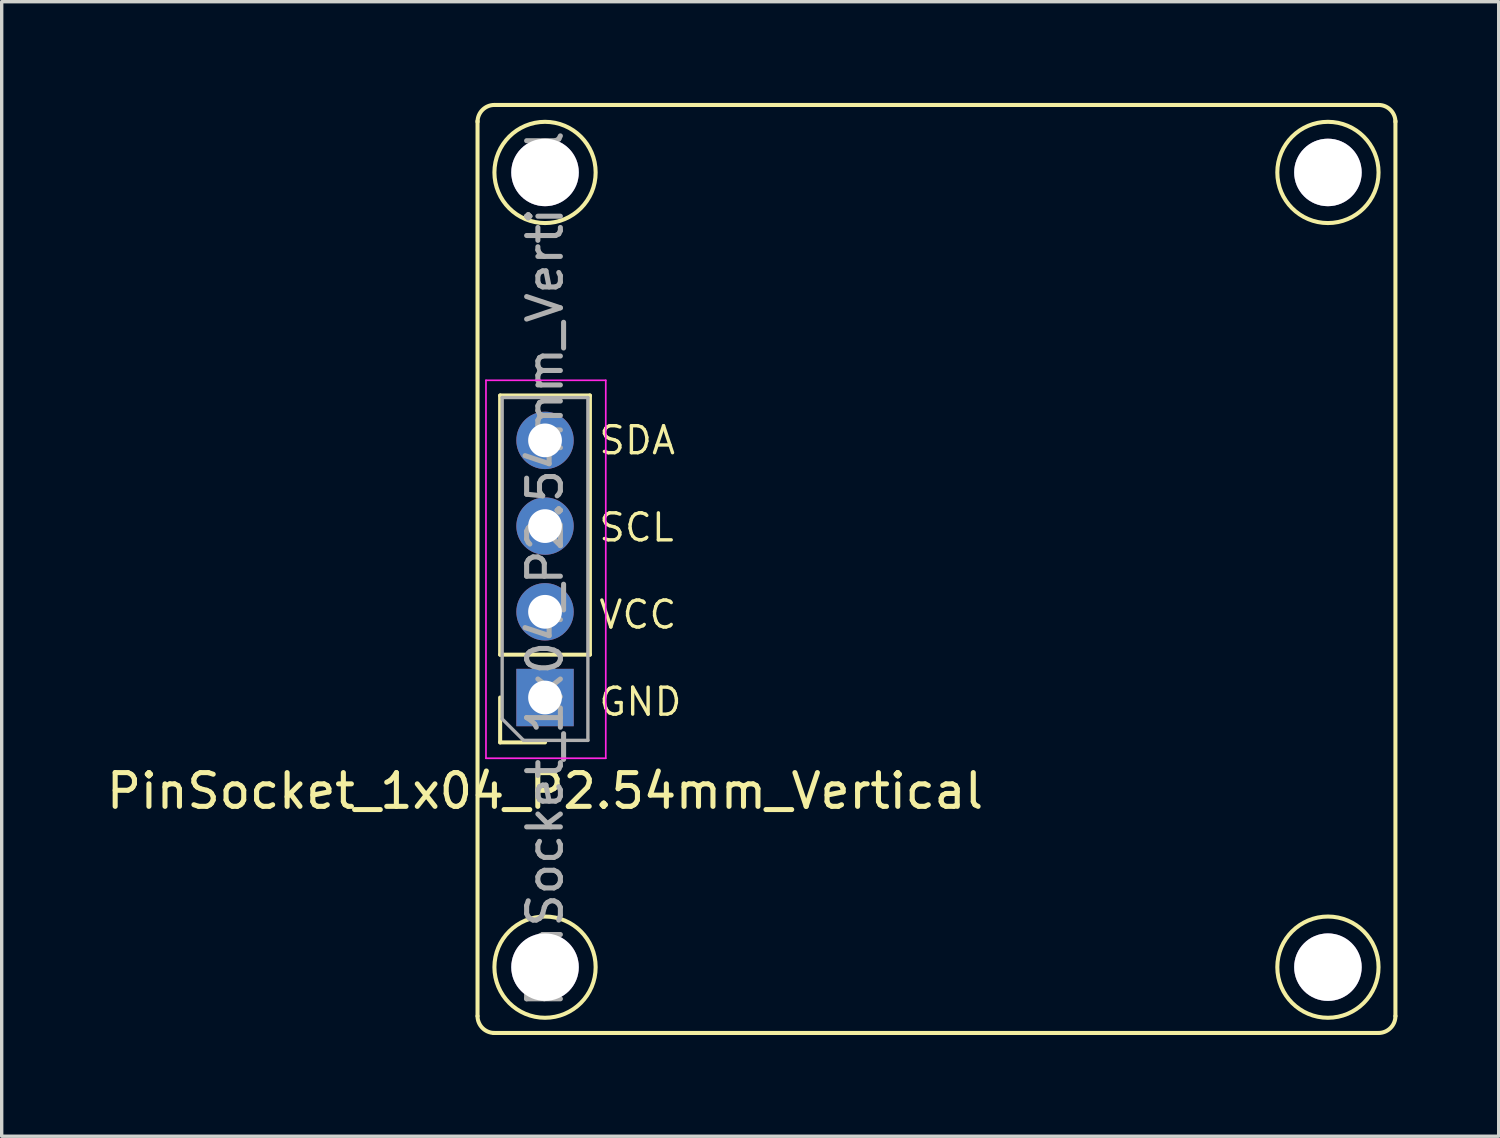
<source format=kicad_pcb>
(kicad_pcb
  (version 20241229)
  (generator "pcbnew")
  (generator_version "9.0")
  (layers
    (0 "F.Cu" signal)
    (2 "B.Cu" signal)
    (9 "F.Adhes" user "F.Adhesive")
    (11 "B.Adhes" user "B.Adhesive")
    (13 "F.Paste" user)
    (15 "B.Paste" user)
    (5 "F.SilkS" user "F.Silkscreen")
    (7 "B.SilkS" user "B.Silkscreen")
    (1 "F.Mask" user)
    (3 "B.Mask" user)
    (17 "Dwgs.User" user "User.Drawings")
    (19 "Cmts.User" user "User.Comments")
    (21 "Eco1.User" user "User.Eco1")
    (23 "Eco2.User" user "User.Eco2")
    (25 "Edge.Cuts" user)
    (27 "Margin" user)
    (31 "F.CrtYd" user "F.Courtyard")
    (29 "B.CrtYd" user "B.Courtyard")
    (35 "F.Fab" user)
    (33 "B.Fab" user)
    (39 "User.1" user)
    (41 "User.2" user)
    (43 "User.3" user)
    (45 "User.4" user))
  (footprint "PinSocket_1x04_P2.54mm_Vertical"
    (layer "F.Cu")
    (at 13.101 10)
    (property "Reference" "PinSocket_1x04_P2.54mm_Vertical" (at 0 10.39 0) (layer "F.SilkS") (effects (font (size 1 1) (thickness 0.15))))
    (attr through_hole)
    (fp_line (start -2 -9.461) (end -2 17.06) (stroke (width 0.12) (type solid)) (layer "F.SilkS"))
    (fp_line (start -1.5 -9.94) (end 24.701 -9.94) (stroke (width 0.12) (type solid)) (layer "F.SilkS"))
    (fp_line (start -1.33 6.35) (end -1.33 -1.33) (stroke (width 0.12) (type solid)) (layer "F.SilkS"))
    (fp_line (start -1.33 8.95) (end -1.33 7.62) (stroke (width 0.12) (type solid)) (layer "F.SilkS"))
    (fp_line (start 0 8.95) (end -1.33 8.95) (stroke (width 0.12) (type solid)) (layer "F.SilkS"))
    (fp_line (start 1.33 -1.33) (end -1.33 -1.33) (stroke (width 0.12) (type solid)) (layer "F.SilkS"))
    (fp_line (start 1.33 6.35) (end -1.33 6.35) (stroke (width 0.12) (type solid)) (layer "F.SilkS"))
    (fp_line (start 1.33 6.35) (end 1.33 -1.33) (stroke (width 0.12) (type solid)) (layer "F.SilkS"))
    (fp_line (start 24.7 17.56) (end -1.524 17.56) (stroke (width 0.12) (type solid)) (layer "F.SilkS"))
    (fp_line (start 25.2 -9.461) (end 25.2 17.06) (stroke (width 0.12) (type solid)) (layer "F.SilkS"))
    (fp_arc (start -2 -9.44) (mid -1.853553 -9.793553) (end -1.5 -9.94) (stroke (width 0.12) (type solid)) (layer "F.SilkS"))
    (fp_arc (start -1.5 17.56) (mid -1.853553 17.413553) (end -2 17.06) (stroke (width 0.12) (type solid)) (layer "F.SilkS"))
    (fp_arc (start 24.7 -9.94) (mid 25.053553 -9.793553) (end 25.2 -9.44) (stroke (width 0.12) (type solid)) (layer "F.SilkS"))
    (fp_arc (start 25.2 17.06) (mid 25.053553 17.413553) (end 24.7 17.56) (stroke (width 0.12) (type solid)) (layer "F.SilkS"))
    (fp_circle (center 0 -7.94) (end 1.5 -7.94) (stroke (width 0.12) (type solid)) (fill no) (layer "F.SilkS"))
    (fp_circle (center 0 15.61) (end 1.5 15.61) (stroke (width 0.12) (type solid)) (fill no) (layer "F.SilkS"))
    (fp_circle (center 23.2 -7.94) (end 24.7 -7.94) (stroke (width 0.12) (type solid)) (fill no) (layer "F.SilkS"))
    (fp_circle (center 23.2 15.61) (end 24.7 15.61) (stroke (width 0.12) (type solid)) (fill no) (layer "F.SilkS"))
    (fp_line (start -1.75 -1.78) (end 1.8 -1.78) (stroke (width 0.05) (type solid)) (layer "F.CrtYd"))
    (fp_line (start -1.75 9.42) (end -1.75 -1.78) (stroke (width 0.05) (type solid)) (layer "F.CrtYd"))
    (fp_line (start 1.8 -1.78) (end 1.8 9.42) (stroke (width 0.05) (type solid)) (layer "F.CrtYd"))
    (fp_line (start 1.8 9.42) (end -1.75 9.42) (stroke (width 0.05) (type solid)) (layer "F.CrtYd"))
    (fp_line (start -1.27 -1.27) (end 1.27 -1.27) (stroke (width 0.1) (type solid)) (layer "F.Fab"))
    (fp_line (start -1.27 8.255) (end -1.27 -1.27) (stroke (width 0.1) (type solid)) (layer "F.Fab"))
    (fp_line (start -0.635 8.89) (end -1.27 8.255) (stroke (width 0.1) (type solid)) (layer "F.Fab"))
    (fp_line (start 1.27 -1.27) (end 1.27 8.89) (stroke (width 0.1) (type solid)) (layer "F.Fab"))
    (fp_line (start 1.27 8.89) (end -0.635 8.89) (stroke (width 0.1) (type solid)) (layer "F.Fab"))
    (fp_text user "SDA" (at 2.731 0 0) (layer "F.SilkS") (effects (font (size 0.8 0.8) (thickness 0.1))))
    (fp_text user "SCL" (at 2.711 2.582 0) (layer "F.SilkS") (effects (font (size 0.8 0.8) (thickness 0.1))))
    (fp_text user "VCC" (at 2.75 5.165 0) (layer "F.SilkS") (effects (font (size 0.8 0.8) (thickness 0.1))))
    (fp_text user "GND" (at 2.826 7.747 0) (layer "F.SilkS") (effects (font (size 0.8 0.8) (thickness 0.1))))
    (fp_text user "${REFERENCE}" (at 0 3.81 90) (layer "F.Fab") (effects (font (size 1 1) (thickness 0.15))))
    (pad "1" thru_hole rect (at 0 7.62 180) (size 1.7 1.7) (drill 1) (layers "*.Cu" "*.Mask"))
    (pad "2" thru_hole oval (at 0 5.08 180) (size 1.7 1.7) (drill 1) (layers "*.Cu" "*.Mask"))
    (pad "3" thru_hole oval (at 0 2.54 180) (size 1.7 1.7) (drill 1) (layers "*.Cu" "*.Mask"))
    (pad "4" thru_hole oval (at 0 0 180) (size 1.7 1.7) (drill 1) (layers "*.Cu" "*.Mask"))
    (pad "5" thru_hole circle (at 0 -7.94) (size 2 2) (drill 2) (layers "*.Cu" "*.Mask"))
    (pad "5" thru_hole circle (at 0 15.61) (size 2 2) (drill 2) (layers "*.Cu" "*.Mask"))
    (pad "5" thru_hole circle (at 23.2 -7.94) (size 2 2) (drill 2) (layers "*.Cu" "*.Mask"))
    (pad "5" thru_hole circle (at 23.2 15.61) (size 2 2) (drill 2) (layers "*.Cu" "*.Mask")))
  (gr_rect
    (start -3 -3)
    (end 41.361 30.62)
    (stroke (width 0.1) (type default))
    (fill no)
    (layer "Edge.Cuts")))
</source>
